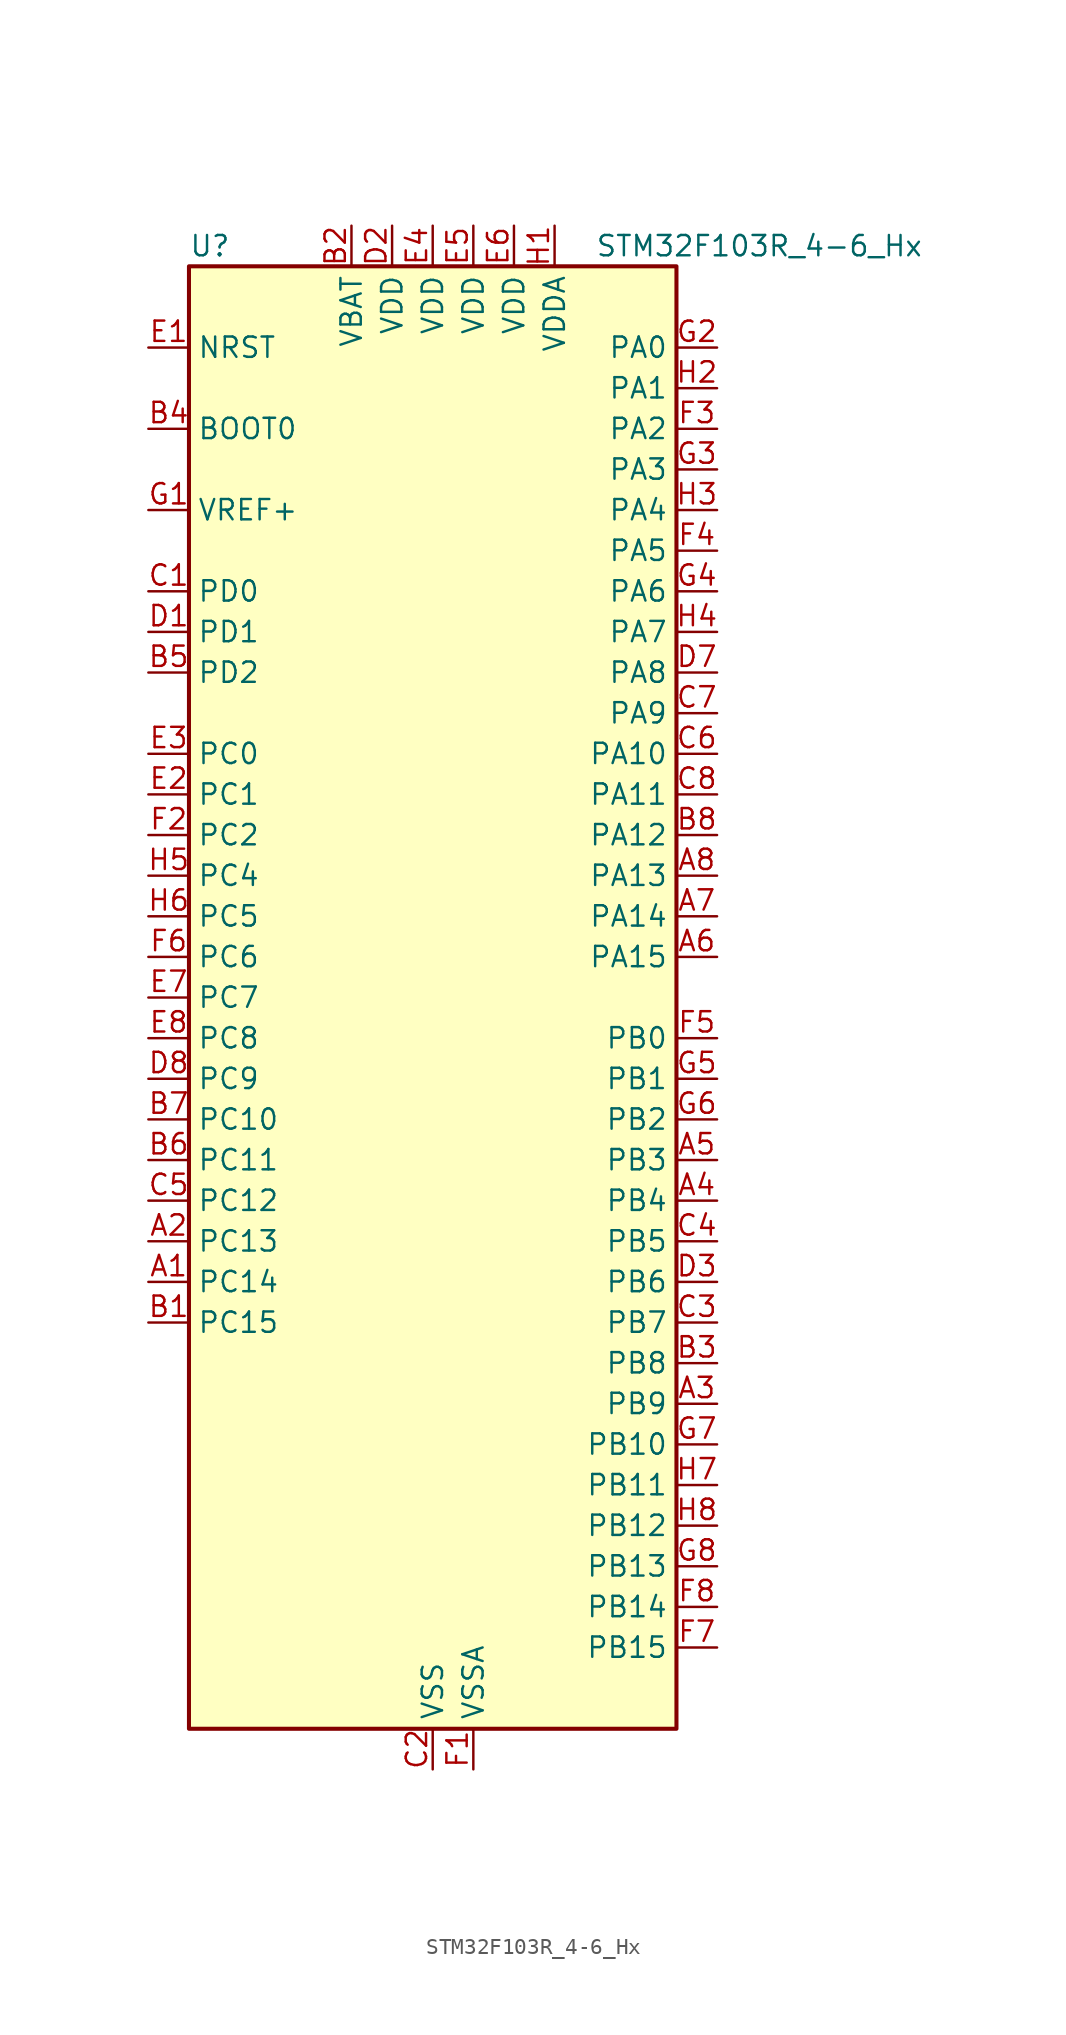
<source format=kicad_sym>
(kicad_symbol_lib
  (version 20241209)
  (generator "kicad_symbol_editor")
  (generator_version "9.0")
  (symbol "STM32F103R_4-6_Hx"
    (property "Reference" "U"
      (at -15.24 46.99 0)
      (effects (font (size 1.27 1.27)) (justify left)))
    (property "Value" "STM32F103R_4-6_Hx"
      (at 10.16 46.99 0)
      (effects (font (size 1.27 1.27)) (justify left)))
    (symbol "STM32F103R_4-6_Hx_0_1"
      (rectangle (start -15.24 -45.72) (end 15.24 45.72) (stroke (width 0.254) (type default)) (fill (type background))))
    (symbol "STM32F103R_4-6_Hx_1_1"
      (pin input line (at -17.78 40.64 0) (length 2.54) (name "NRST" (effects (font (size 1.27 1.27)))) (number "E1" (effects (font (size 1.27 1.27)))))
      (pin input line (at -17.78 35.56 0) (length 2.54) (name "BOOT0" (effects (font (size 1.27 1.27)))) (number "B4" (effects (font (size 1.27 1.27)))))
      (pin input line (at -17.78 30.48 0) (length 2.54) (name "VREF+" (effects (font (size 1.27 1.27)))) (number "G1" (effects (font (size 1.27 1.27)))))
      (pin bidirectional line (at -17.78 25.4 0) (length 2.54) (name "PD0" (effects (font (size 1.27 1.27)))) (number "C1" (effects (font (size 1.27 1.27)))) (alternate "RCC_OSC_IN" bidirectional line))
      (pin bidirectional line (at -17.78 22.86 0) (length 2.54) (name "PD1" (effects (font (size 1.27 1.27)))) (number "D1" (effects (font (size 1.27 1.27)))) (alternate "RCC_OSC_OUT" bidirectional line))
      (pin bidirectional line (at -17.78 20.32 0) (length 2.54) (name "PD2" (effects (font (size 1.27 1.27)))) (number "B5" (effects (font (size 1.27 1.27)))) (alternate "TIM3_ETR" bidirectional line))
      (pin bidirectional line (at -17.78 15.24 0) (length 2.54) (name "PC0" (effects (font (size 1.27 1.27)))) (number "E3" (effects (font (size 1.27 1.27)))) (alternate "ADC1_IN10" bidirectional line) (alternate "ADC2_IN10" bidirectional line))
      (pin bidirectional line (at -17.78 12.7 0) (length 2.54) (name "PC1" (effects (font (size 1.27 1.27)))) (number "E2" (effects (font (size 1.27 1.27)))) (alternate "ADC1_IN11" bidirectional line) (alternate "ADC2_IN11" bidirectional line))
      (pin bidirectional line (at -17.78 10.16 0) (length 2.54) (name "PC2" (effects (font (size 1.27 1.27)))) (number "F2" (effects (font (size 1.27 1.27)))) (alternate "ADC1_IN12" bidirectional line) (alternate "ADC2_IN12" bidirectional line))
      (pin bidirectional line (at -17.78 7.62 0) (length 2.54) (name "PC4" (effects (font (size 1.27 1.27)))) (number "H5" (effects (font (size 1.27 1.27)))) (alternate "ADC1_IN14" bidirectional line) (alternate "ADC2_IN14" bidirectional line))
      (pin bidirectional line (at -17.78 5.08 0) (length 2.54) (name "PC5" (effects (font (size 1.27 1.27)))) (number "H6" (effects (font (size 1.27 1.27)))) (alternate "ADC1_IN15" bidirectional line) (alternate "ADC2_IN15" bidirectional line))
      (pin bidirectional line (at -17.78 2.54 0) (length 2.54) (name "PC6" (effects (font (size 1.27 1.27)))) (number "F6" (effects (font (size 1.27 1.27)))) (alternate "TIM3_CH1" bidirectional line))
      (pin bidirectional line (at -17.78 0 0) (length 2.54) (name "PC7" (effects (font (size 1.27 1.27)))) (number "E7" (effects (font (size 1.27 1.27)))) (alternate "TIM3_CH2" bidirectional line))
      (pin bidirectional line (at -17.78 -2.54 0) (length 2.54) (name "PC8" (effects (font (size 1.27 1.27)))) (number "E8" (effects (font (size 1.27 1.27)))) (alternate "TIM3_CH3" bidirectional line))
      (pin bidirectional line (at -17.78 -5.08 0) (length 2.54) (name "PC9" (effects (font (size 1.27 1.27)))) (number "D8" (effects (font (size 1.27 1.27)))) (alternate "TIM3_CH4" bidirectional line))
      (pin bidirectional line (at -17.78 -7.62 0) (length 2.54) (name "PC10" (effects (font (size 1.27 1.27)))) (number "B7" (effects (font (size 1.27 1.27)))))
      (pin bidirectional line (at -17.78 -10.16 0) (length 2.54) (name "PC11" (effects (font (size 1.27 1.27)))) (number "B6" (effects (font (size 1.27 1.27)))) (alternate "ADC1_EXTI11" bidirectional line) (alternate "ADC2_EXTI11" bidirectional line))
      (pin bidirectional line (at -17.78 -12.7 0) (length 2.54) (name "PC12" (effects (font (size 1.27 1.27)))) (number "C5" (effects (font (size 1.27 1.27)))))
      (pin bidirectional line (at -17.78 -15.24 0) (length 2.54) (name "PC13" (effects (font (size 1.27 1.27)))) (number "A2" (effects (font (size 1.27 1.27)))) (alternate "RTC_OUT" bidirectional line) (alternate "RTC_TAMPER" bidirectional line))
      (pin bidirectional line (at -17.78 -17.78 0) (length 2.54) (name "PC14" (effects (font (size 1.27 1.27)))) (number "A1" (effects (font (size 1.27 1.27)))) (alternate "RCC_OSC32_IN" bidirectional line))
      (pin bidirectional line (at -17.78 -20.32 0) (length 2.54) (name "PC15" (effects (font (size 1.27 1.27)))) (number "B1" (effects (font (size 1.27 1.27)))) (alternate "ADC1_EXTI15" bidirectional line) (alternate "ADC2_EXTI15" bidirectional line) (alternate "RCC_OSC32_OUT" bidirectional line))
      (pin power_in line (at -5.08 48.26 270) (length 2.54) (name "VBAT" (effects (font (size 1.27 1.27)))) (number "B2" (effects (font (size 1.27 1.27)))))
      (pin power_in line (at -2.54 48.26 270) (length 2.54) (name "VDD" (effects (font (size 1.27 1.27)))) (number "D2" (effects (font (size 1.27 1.27)))))
      (pin power_in line (at 0 48.26 270) (length 2.54) (name "VDD" (effects (font (size 1.27 1.27)))) (number "E4" (effects (font (size 1.27 1.27)))))
      (pin power_in line (at 0 -48.26 90) (length 2.54) (name "VSS" (effects (font (size 1.27 1.27)))) (number "C2" (effects (font (size 1.27 1.27)))))
      (pin passive line (at 0 -48.26 90) (length 2.54) (hide yes) (name "VSS" (effects (font (size 1.27 1.27)))) (number "D4" (effects (font (size 1.27 1.27)))))
      (pin passive line (at 0 -48.26 90) (length 2.54) (hide yes) (name "VSS" (effects (font (size 1.27 1.27)))) (number "D5" (effects (font (size 1.27 1.27)))))
      (pin passive line (at 0 -48.26 90) (length 2.54) (hide yes) (name "VSS" (effects (font (size 1.27 1.27)))) (number "D6" (effects (font (size 1.27 1.27)))))
      (pin power_in line (at 2.54 48.26 270) (length 2.54) (name "VDD" (effects (font (size 1.27 1.27)))) (number "E5" (effects (font (size 1.27 1.27)))))
      (pin power_in line (at 2.54 -48.26 90) (length 2.54) (name "VSSA" (effects (font (size 1.27 1.27)))) (number "F1" (effects (font (size 1.27 1.27)))))
      (pin power_in line (at 5.08 48.26 270) (length 2.54) (name "VDD" (effects (font (size 1.27 1.27)))) (number "E6" (effects (font (size 1.27 1.27)))))
      (pin power_in line (at 7.62 48.26 270) (length 2.54) (name "VDDA" (effects (font (size 1.27 1.27)))) (number "H1" (effects (font (size 1.27 1.27)))))
      (pin bidirectional line (at 17.78 40.64 180) (length 2.54) (name "PA0" (effects (font (size 1.27 1.27)))) (number "G2" (effects (font (size 1.27 1.27)))) (alternate "ADC1_IN0" bidirectional line) (alternate "ADC2_IN0" bidirectional line) (alternate "SYS_WKUP" bidirectional line) (alternate "TIM2_CH1" bidirectional line) (alternate "TIM2_ETR" bidirectional line) (alternate "USART2_CTS" bidirectional line))
      (pin bidirectional line (at 17.78 38.1 180) (length 2.54) (name "PA1" (effects (font (size 1.27 1.27)))) (number "H2" (effects (font (size 1.27 1.27)))) (alternate "ADC1_IN1" bidirectional line) (alternate "ADC2_IN1" bidirectional line) (alternate "TIM2_CH2" bidirectional line) (alternate "USART2_RTS" bidirectional line))
      (pin bidirectional line (at 17.78 35.56 180) (length 2.54) (name "PA2" (effects (font (size 1.27 1.27)))) (number "F3" (effects (font (size 1.27 1.27)))) (alternate "ADC1_IN2" bidirectional line) (alternate "ADC2_IN2" bidirectional line) (alternate "TIM2_CH3" bidirectional line) (alternate "USART2_TX" bidirectional line))
      (pin bidirectional line (at 17.78 33.02 180) (length 2.54) (name "PA3" (effects (font (size 1.27 1.27)))) (number "G3" (effects (font (size 1.27 1.27)))) (alternate "ADC1_IN3" bidirectional line) (alternate "ADC2_IN3" bidirectional line) (alternate "TIM2_CH4" bidirectional line) (alternate "USART2_RX" bidirectional line))
      (pin bidirectional line (at 17.78 30.48 180) (length 2.54) (name "PA4" (effects (font (size 1.27 1.27)))) (number "H3" (effects (font (size 1.27 1.27)))) (alternate "ADC1_IN4" bidirectional line) (alternate "ADC2_IN4" bidirectional line) (alternate "SPI1_NSS" bidirectional line) (alternate "USART2_CK" bidirectional line))
      (pin bidirectional line (at 17.78 27.94 180) (length 2.54) (name "PA5" (effects (font (size 1.27 1.27)))) (number "F4" (effects (font (size 1.27 1.27)))) (alternate "ADC1_IN5" bidirectional line) (alternate "ADC2_IN5" bidirectional line) (alternate "SPI1_SCK" bidirectional line))
      (pin bidirectional line (at 17.78 25.4 180) (length 2.54) (name "PA6" (effects (font (size 1.27 1.27)))) (number "G4" (effects (font (size 1.27 1.27)))) (alternate "ADC1_IN6" bidirectional line) (alternate "ADC2_IN6" bidirectional line) (alternate "SPI1_MISO" bidirectional line) (alternate "TIM1_BKIN" bidirectional line) (alternate "TIM3_CH1" bidirectional line))
      (pin bidirectional line (at 17.78 22.86 180) (length 2.54) (name "PA7" (effects (font (size 1.27 1.27)))) (number "H4" (effects (font (size 1.27 1.27)))) (alternate "ADC1_IN7" bidirectional line) (alternate "ADC2_IN7" bidirectional line) (alternate "SPI1_MOSI" bidirectional line) (alternate "TIM1_CH1N" bidirectional line) (alternate "TIM3_CH2" bidirectional line))
      (pin bidirectional line (at 17.78 20.32 180) (length 2.54) (name "PA8" (effects (font (size 1.27 1.27)))) (number "D7" (effects (font (size 1.27 1.27)))) (alternate "RCC_MCO" bidirectional line) (alternate "TIM1_CH1" bidirectional line) (alternate "USART1_CK" bidirectional line))
      (pin bidirectional line (at 17.78 17.78 180) (length 2.54) (name "PA9" (effects (font (size 1.27 1.27)))) (number "C7" (effects (font (size 1.27 1.27)))) (alternate "TIM1_CH2" bidirectional line) (alternate "USART1_TX" bidirectional line))
      (pin bidirectional line (at 17.78 15.24 180) (length 2.54) (name "PA10" (effects (font (size 1.27 1.27)))) (number "C6" (effects (font (size 1.27 1.27)))) (alternate "TIM1_CH3" bidirectional line) (alternate "USART1_RX" bidirectional line))
      (pin bidirectional line (at 17.78 12.7 180) (length 2.54) (name "PA11" (effects (font (size 1.27 1.27)))) (number "C8" (effects (font (size 1.27 1.27)))) (alternate "ADC1_EXTI11" bidirectional line) (alternate "ADC2_EXTI11" bidirectional line) (alternate "CAN_RX" bidirectional line) (alternate "TIM1_CH4" bidirectional line) (alternate "USART1_CTS" bidirectional line) (alternate "USB_DM" bidirectional line))
      (pin bidirectional line (at 17.78 10.16 180) (length 2.54) (name "PA12" (effects (font (size 1.27 1.27)))) (number "B8" (effects (font (size 1.27 1.27)))) (alternate "CAN_TX" bidirectional line) (alternate "TIM1_ETR" bidirectional line) (alternate "USART1_RTS" bidirectional line) (alternate "USB_DP" bidirectional line))
      (pin bidirectional line (at 17.78 7.62 180) (length 2.54) (name "PA13" (effects (font (size 1.27 1.27)))) (number "A8" (effects (font (size 1.27 1.27)))) (alternate "SYS_JTMS-SWDIO" bidirectional line))
      (pin bidirectional line (at 17.78 5.08 180) (length 2.54) (name "PA14" (effects (font (size 1.27 1.27)))) (number "A7" (effects (font (size 1.27 1.27)))) (alternate "SYS_JTCK-SWCLK" bidirectional line))
      (pin bidirectional line (at 17.78 2.54 180) (length 2.54) (name "PA15" (effects (font (size 1.27 1.27)))) (number "A6" (effects (font (size 1.27 1.27)))) (alternate "ADC1_EXTI15" bidirectional line) (alternate "ADC2_EXTI15" bidirectional line) (alternate "SPI1_NSS" bidirectional line) (alternate "SYS_JTDI" bidirectional line) (alternate "TIM2_CH1" bidirectional line) (alternate "TIM2_ETR" bidirectional line))
      (pin bidirectional line (at 17.78 -2.54 180) (length 2.54) (name "PB0" (effects (font (size 1.27 1.27)))) (number "F5" (effects (font (size 1.27 1.27)))) (alternate "ADC1_IN8" bidirectional line) (alternate "ADC2_IN8" bidirectional line) (alternate "TIM1_CH2N" bidirectional line) (alternate "TIM3_CH3" bidirectional line))
      (pin bidirectional line (at 17.78 -5.08 180) (length 2.54) (name "PB1" (effects (font (size 1.27 1.27)))) (number "G5" (effects (font (size 1.27 1.27)))) (alternate "ADC1_IN9" bidirectional line) (alternate "ADC2_IN9" bidirectional line) (alternate "TIM1_CH3N" bidirectional line) (alternate "TIM3_CH4" bidirectional line))
      (pin bidirectional line (at 17.78 -7.62 180) (length 2.54) (name "PB2" (effects (font (size 1.27 1.27)))) (number "G6" (effects (font (size 1.27 1.27)))))
      (pin bidirectional line (at 17.78 -10.16 180) (length 2.54) (name "PB3" (effects (font (size 1.27 1.27)))) (number "A5" (effects (font (size 1.27 1.27)))) (alternate "SPI1_SCK" bidirectional line) (alternate "SYS_JTDO-TRACESWO" bidirectional line) (alternate "TIM2_CH2" bidirectional line))
      (pin bidirectional line (at 17.78 -12.7 180) (length 2.54) (name "PB4" (effects (font (size 1.27 1.27)))) (number "A4" (effects (font (size 1.27 1.27)))) (alternate "SPI1_MISO" bidirectional line) (alternate "SYS_NJTRST" bidirectional line) (alternate "TIM3_CH1" bidirectional line))
      (pin bidirectional line (at 17.78 -15.24 180) (length 2.54) (name "PB5" (effects (font (size 1.27 1.27)))) (number "C4" (effects (font (size 1.27 1.27)))) (alternate "I2C1_SMBA" bidirectional line) (alternate "SPI1_MOSI" bidirectional line) (alternate "TIM3_CH2" bidirectional line))
      (pin bidirectional line (at 17.78 -17.78 180) (length 2.54) (name "PB6" (effects (font (size 1.27 1.27)))) (number "D3" (effects (font (size 1.27 1.27)))) (alternate "I2C1_SCL" bidirectional line) (alternate "USART1_TX" bidirectional line))
      (pin bidirectional line (at 17.78 -20.32 180) (length 2.54) (name "PB7" (effects (font (size 1.27 1.27)))) (number "C3" (effects (font (size 1.27 1.27)))) (alternate "I2C1_SDA" bidirectional line) (alternate "USART1_RX" bidirectional line))
      (pin bidirectional line (at 17.78 -22.86 180) (length 2.54) (name "PB8" (effects (font (size 1.27 1.27)))) (number "B3" (effects (font (size 1.27 1.27)))) (alternate "CAN_RX" bidirectional line) (alternate "I2C1_SCL" bidirectional line))
      (pin bidirectional line (at 17.78 -25.4 180) (length 2.54) (name "PB9" (effects (font (size 1.27 1.27)))) (number "A3" (effects (font (size 1.27 1.27)))) (alternate "CAN_TX" bidirectional line) (alternate "I2C1_SDA" bidirectional line))
      (pin bidirectional line (at 17.78 -27.94 180) (length 2.54) (name "PB10" (effects (font (size 1.27 1.27)))) (number "G7" (effects (font (size 1.27 1.27)))) (alternate "TIM2_CH3" bidirectional line))
      (pin bidirectional line (at 17.78 -30.48 180) (length 2.54) (name "PB11" (effects (font (size 1.27 1.27)))) (number "H7" (effects (font (size 1.27 1.27)))) (alternate "ADC1_EXTI11" bidirectional line) (alternate "ADC2_EXTI11" bidirectional line) (alternate "TIM2_CH4" bidirectional line))
      (pin bidirectional line (at 17.78 -33.02 180) (length 2.54) (name "PB12" (effects (font (size 1.27 1.27)))) (number "H8" (effects (font (size 1.27 1.27)))) (alternate "TIM1_BKIN" bidirectional line))
      (pin bidirectional line (at 17.78 -35.56 180) (length 2.54) (name "PB13" (effects (font (size 1.27 1.27)))) (number "G8" (effects (font (size 1.27 1.27)))) (alternate "TIM1_CH1N" bidirectional line))
      (pin bidirectional line (at 17.78 -38.1 180) (length 2.54) (name "PB14" (effects (font (size 1.27 1.27)))) (number "F8" (effects (font (size 1.27 1.27)))) (alternate "TIM1_CH2N" bidirectional line))
      (pin bidirectional line (at 17.78 -40.64 180) (length 2.54) (name "PB15" (effects (font (size 1.27 1.27)))) (number "F7" (effects (font (size 1.27 1.27)))) (alternate "ADC1_EXTI15" bidirectional line) (alternate "ADC2_EXTI15" bidirectional line) (alternate "TIM1_CH3N" bidirectional line)))))
</source>
